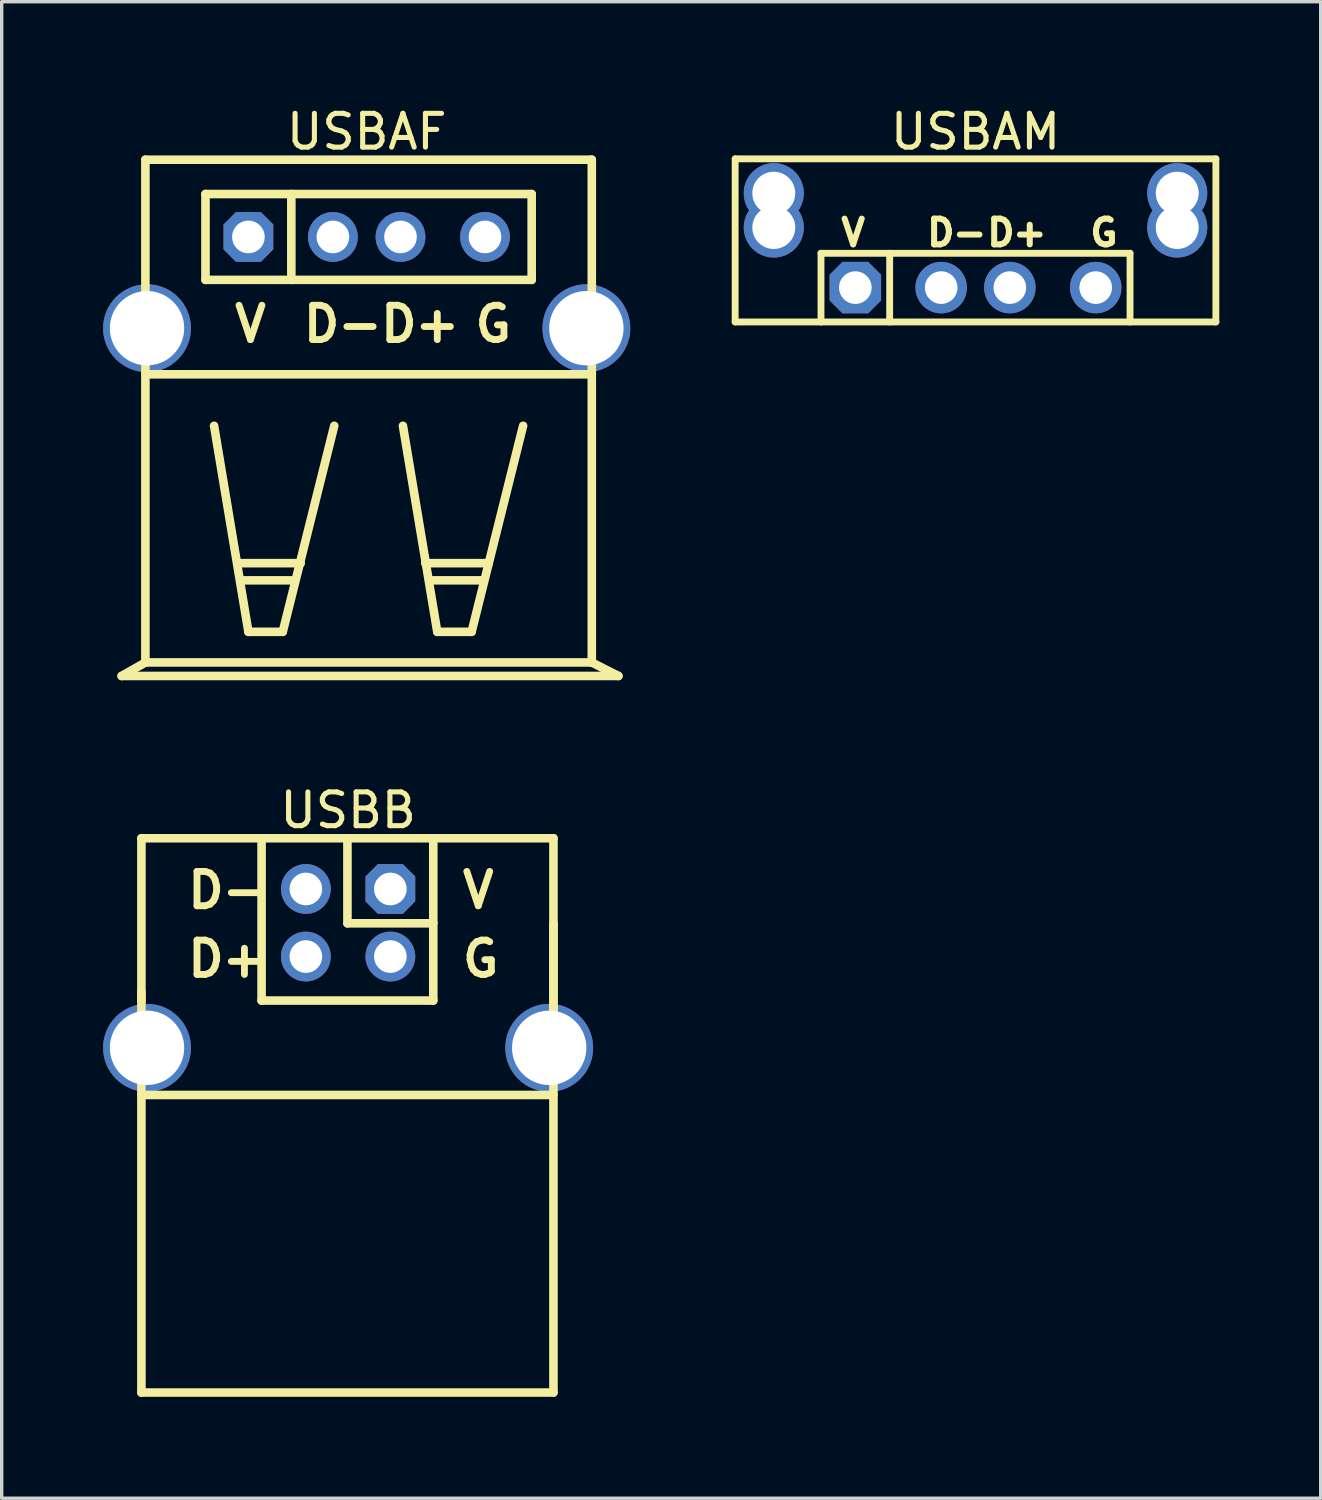
<source format=kicad_pcb>
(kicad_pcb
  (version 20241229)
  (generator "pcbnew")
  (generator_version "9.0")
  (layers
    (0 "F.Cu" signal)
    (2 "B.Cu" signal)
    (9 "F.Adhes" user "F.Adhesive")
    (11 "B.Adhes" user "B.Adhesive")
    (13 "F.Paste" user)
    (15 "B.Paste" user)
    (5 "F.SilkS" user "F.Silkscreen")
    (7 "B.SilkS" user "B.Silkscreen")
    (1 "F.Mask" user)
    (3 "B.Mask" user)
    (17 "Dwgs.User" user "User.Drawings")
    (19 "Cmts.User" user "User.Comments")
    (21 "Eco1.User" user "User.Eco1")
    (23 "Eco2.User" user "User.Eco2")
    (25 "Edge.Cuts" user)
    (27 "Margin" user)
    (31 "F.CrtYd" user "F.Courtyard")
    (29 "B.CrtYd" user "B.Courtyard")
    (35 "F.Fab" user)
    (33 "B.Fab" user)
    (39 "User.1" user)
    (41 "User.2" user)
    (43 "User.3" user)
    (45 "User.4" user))
  (footprint "USBB"
    (layer "F.Cu")
    (at 8.5 23.253)
    (property "Reference" "USBB" (at -1.25 -2.327 0) (layer "F.SilkS") (effects (font (size 1 1) (thickness 0.15))))
    (fp_line (start -7.366 -1.5) (end 4.826 -1.5) (stroke (width 0.254) (type solid)) (layer "F.SilkS"))
    (fp_line (start -7.366 3.302) (end -7.366 -1.5) (stroke (width 0.254) (type solid)) (layer "F.SilkS"))
    (fp_line (start -7.366 6.096) (end 4.826 6.096) (stroke (width 0.254) (type solid)) (layer "F.SilkS"))
    (fp_line (start -7.366 14.9) (end -7.366 3.048) (stroke (width 0.254) (type solid)) (layer "F.SilkS"))
    (fp_line (start -7.366 14.9) (end 4.826 14.9) (stroke (width 0.254) (type solid)) (layer "F.SilkS"))
    (fp_line (start -3.81 3.302) (end -3.81 -1.5) (stroke (width 0.254) (type solid)) (layer "F.SilkS"))
    (fp_line (start -3.81 3.302) (end 1.27 3.302) (stroke (width 0.254) (type solid)) (layer "F.SilkS"))
    (fp_line (start -1.27 1.016) (end -1.27 -1.5) (stroke (width 0.254) (type solid)) (layer "F.SilkS"))
    (fp_line (start -1.27 1.016) (end 1.27 1.016) (stroke (width 0.254) (type solid)) (layer "F.SilkS"))
    (fp_line (start 1.27 3.302) (end 1.27 -1.5) (stroke (width 0.254) (type solid)) (layer "F.SilkS"))
    (fp_line (start 4.826 3.58) (end 4.826 -1.5) (stroke (width 0.254) (type solid)) (layer "F.SilkS"))
    (fp_line (start 4.826 14.9) (end 4.826 1.016) (stroke (width 0.254) (type solid)) (layer "F.SilkS"))
    (fp_text user "D+" (at -6.096 2.664 0) (unlocked yes) (layer "F.SilkS") (effects (font (size 1.016 1.016) (thickness 0.203)) (justify left bottom)))
    (fp_text user "G" (at 2.032 2.664 0) (unlocked yes) (layer "F.SilkS") (effects (font (size 1.016 1.016) (thickness 0.203)) (justify left bottom)))
    (fp_text user "V" (at 2.032 0.632 0) (unlocked yes) (layer "F.SilkS") (effects (font (size 1.016 1.016) (thickness 0.203)) (justify left bottom)))
    (fp_text user "D-" (at -6.096 0.632 0) (unlocked yes) (layer "F.SilkS") (effects (font (size 1.016 1.016) (thickness 0.203)) (justify left bottom)))
    (pad "0" thru_hole circle (at -7.2 4.7) (size 2.6 2.6) (drill 2.2) (layers "*.Cu" "*.Mask"))
    (pad "0" thru_hole circle (at 4.7 4.7) (size 2.6 2.6) (drill 2.2) (layers "*.Cu" "*.Mask"))
    (pad "1" thru_hole roundrect (at 0 0) (size 1.473 1.473) (drill 0.965) (layers "*.Cu" "*.Mask") (roundrect_rratio 0.25) (chamfer_ratio 0.25) (chamfer top_left top_right bottom_left bottom_right))
    (pad "2" thru_hole circle (at -2.5 0) (size 1.473 1.473) (drill 0.965) (layers "*.Cu" "*.Mask"))
    (pad "3" thru_hole circle (at -2.5 2) (size 1.473 1.473) (drill 0.965) (layers "*.Cu" "*.Mask"))
    (pad "4" thru_hole circle (at 0 2) (size 1.473 1.473) (drill 0.965) (layers "*.Cu" "*.Mask")))
  (footprint "USBAM"
    (layer "F.Cu")
    (at 22.258 5.46)
    (property "Reference" "USBAM" (at 3.556 -4.612 0) (layer "F.SilkS") (effects (font (size 1 1) (thickness 0.15))))
    (fp_line (start -3.556 -3.81) (end 10.668 -3.81) (stroke (width 0.203) (type solid)) (layer "F.SilkS"))
    (fp_line (start -3.556 1.016) (end -3.556 -3.81) (stroke (width 0.203) (type solid)) (layer "F.SilkS"))
    (fp_line (start -3.556 1.016) (end 10.668 1.016) (stroke (width 0.203) (type solid)) (layer "F.SilkS"))
    (fp_line (start -1.016 -1.016) (end 8.128 -1.016) (stroke (width 0.203) (type solid)) (layer "F.SilkS"))
    (fp_line (start -1.016 1.016) (end -1.016 -1.016) (stroke (width 0.203) (type solid)) (layer "F.SilkS"))
    (fp_line (start 1.016 1.016) (end 1.016 -1.016) (stroke (width 0.203) (type solid)) (layer "F.SilkS"))
    (fp_line (start 8.128 1.016) (end 8.128 -1.016) (stroke (width 0.203) (type solid)) (layer "F.SilkS"))
    (fp_line (start 10.668 1.016) (end 10.668 -3.81) (stroke (width 0.203) (type solid)) (layer "F.SilkS"))
    (fp_circle (center 1.27 -2.413) (end 1.27 -3.175) (stroke (width 0.254) (type solid)) (fill no) (layer "User.1"))
    (fp_circle (center 5.842 -2.413) (end 5.842 -3.175) (stroke (width 0.254) (type solid)) (fill no) (layer "User.1"))
    (fp_text user "D+" (at 3.81 -1.177 0) (unlocked yes) (layer "F.SilkS") (effects (font (size 0.762 0.762) (thickness 0.178)) (justify left bottom)))
    (fp_text user "D-" (at 2.032 -1.177 0) (unlocked yes) (layer "F.SilkS") (effects (font (size 0.762 0.762) (thickness 0.178)) (justify left bottom)))
    (fp_text user "G" (at 6.858 -1.177 0) (unlocked yes) (layer "F.SilkS") (effects (font (size 0.762 0.762) (thickness 0.178)) (justify left bottom)))
    (fp_text user "V" (at -0.508 -1.177 0) (unlocked yes) (layer "F.SilkS") (effects (font (size 0.762 0.762) (thickness 0.178)) (justify left bottom)))
    (pad "0" thru_hole circle (at -2.413 -2.794) (size 1.778 1.778) (drill 1.27) (layers "*.Cu" "*.Mask"))
    (pad "0" thru_hole circle (at -2.413 -1.778) (size 1.778 1.778) (drill 1.27) (layers "*.Cu" "*.Mask"))
    (pad "0" thru_hole circle (at 9.525 -2.794) (size 1.778 1.778) (drill 1.27) (layers "*.Cu" "*.Mask"))
    (pad "0" thru_hole circle (at 9.525 -1.778) (size 1.778 1.778) (drill 1.27) (layers "*.Cu" "*.Mask"))
    (pad "1" thru_hole roundrect (at 0 0) (size 1.524 1.524) (drill 0.965) (layers "*.Cu" "*.Mask") (roundrect_rratio 0.25) (chamfer_ratio 0.25) (chamfer top_left top_right bottom_left bottom_right))
    (pad "2" thru_hole circle (at 2.54 0) (size 1.524 1.524) (drill 0.965) (layers "*.Cu" "*.Mask"))
    (pad "3" thru_hole circle (at 4.572 0) (size 1.524 1.524) (drill 0.965) (layers "*.Cu" "*.Mask"))
    (pad "4" thru_hole circle (at 7.112 0) (size 1.524 1.524) (drill 0.965) (layers "*.Cu" "*.Mask"))
    (zone (net_name "") (layers "F.Cu" "B.Cu") (hatch edge 0.5) (connect_pads) (min_thickness 0.25) (filled_areas_thickness no) (keepout (tracks not_allowed) (vias not_allowed) (pads not_allowed) (copperpour not_allowed) (footprints allowed)) (placement (enabled no)) (fill) (polygon (pts (xy 23.786 2.196) (xy 23.947 2.263) (xy 24.092 2.36) (xy 24.215 2.483) (xy 24.312 2.628) (xy 24.378 2.789) (xy 24.412 2.96) (xy 24.412 3.134) (xy 24.378 3.305) (xy 24.312 3.466) (xy 24.215 3.611) (xy 24.092 3.734) (xy 23.947 3.831) (xy 23.786 3.898) (xy 23.615 3.932) (xy 23.44 3.932) (xy 23.27 3.898) (xy 23.109 3.831) (xy 22.964 3.734) (xy 22.84 3.611) (xy 22.744 3.466) (xy 22.677 3.305) (xy 22.643 3.134) (xy 22.643 2.984) (xy 22.893 2.984) (xy 22.893 3.109) (xy 22.917 3.232) (xy 22.965 3.348) (xy 23.034 3.452) (xy 23.123 3.54) (xy 23.227 3.61) (xy 23.342 3.657) (xy 23.465 3.682) (xy 23.59 3.682) (xy 23.713 3.657) (xy 23.828 3.61) (xy 23.932 3.54) (xy 24.021 3.452) (xy 24.09 3.348) (xy 24.138 3.232) (xy 24.163 3.109) (xy 24.163 2.984) (xy 24.138 2.862) (xy 24.09 2.746) (xy 24.021 2.642) (xy 23.932 2.554) (xy 23.828 2.484) (xy 23.713 2.436) (xy 23.59 2.412) (xy 23.465 2.412) (xy 23.342 2.436) (xy 23.227 2.484) (xy 23.123 2.554) (xy 23.034 2.642) (xy 22.965 2.746) (xy 22.917 2.862) (xy 22.893 2.984) (xy 22.643 2.984) (xy 22.643 2.96) (xy 22.677 2.789) (xy 22.744 2.628) (xy 22.84 2.483) (xy 22.964 2.36) (xy 23.109 2.263) (xy 23.27 2.196) (xy 23.44 2.162) (xy 23.615 2.162))))
    (zone (net_name "") (layers "F.Cu" "B.Cu") (hatch edge 0.5) (connect_pads) (min_thickness 0.25) (filled_areas_thickness no) (keepout (tracks not_allowed) (vias not_allowed) (pads not_allowed) (copperpour not_allowed) (footprints allowed)) (placement (enabled no)) (fill) (polygon (pts (xy 28.358 2.196) (xy 28.519 2.263) (xy 28.664 2.36) (xy 28.787 2.483) (xy 28.884 2.628) (xy 28.95 2.789) (xy 28.984 2.96) (xy 28.984 3.134) (xy 28.95 3.305) (xy 28.884 3.466) (xy 28.787 3.611) (xy 28.664 3.734) (xy 28.519 3.831) (xy 28.358 3.898) (xy 28.187 3.932) (xy 28.012 3.932) (xy 27.842 3.898) (xy 27.681 3.831) (xy 27.536 3.734) (xy 27.412 3.611) (xy 27.316 3.466) (xy 27.249 3.305) (xy 27.215 3.134) (xy 27.215 2.984) (xy 27.465 2.984) (xy 27.465 3.109) (xy 27.489 3.232) (xy 27.537 3.348) (xy 27.606 3.452) (xy 27.695 3.54) (xy 27.799 3.61) (xy 27.914 3.657) (xy 28.037 3.682) (xy 28.162 3.682) (xy 28.285 3.657) (xy 28.4 3.61) (xy 28.504 3.54) (xy 28.593 3.452) (xy 28.662 3.348) (xy 28.71 3.232) (xy 28.735 3.109) (xy 28.735 2.984) (xy 28.71 2.862) (xy 28.662 2.746) (xy 28.593 2.642) (xy 28.504 2.554) (xy 28.4 2.484) (xy 28.285 2.436) (xy 28.162 2.412) (xy 28.037 2.412) (xy 27.914 2.436) (xy 27.799 2.484) (xy 27.695 2.554) (xy 27.606 2.642) (xy 27.537 2.746) (xy 27.489 2.862) (xy 27.465 2.984) (xy 27.215 2.984) (xy 27.215 2.96) (xy 27.249 2.789) (xy 27.316 2.628) (xy 27.412 2.483) (xy 27.536 2.36) (xy 27.681 2.263) (xy 27.842 2.196) (xy 28.012 2.162) (xy 28.187 2.162)))))
  (footprint "USBAF"
    (layer "F.Cu")
    (at 4.3 3.961)
    (property "Reference" "USBAF" (at 3.5 -3.113 0) (layer "F.SilkS") (effects (font (size 1 1) (thickness 0.15))))
    (fp_line (start -3.752 12.99) (end -3.048 12.59) (stroke (width 0.254) (type solid)) (layer "F.SilkS"))
    (fp_line (start -3.752 12.99) (end 10.948 12.99) (stroke (width 0.254) (type solid)) (layer "F.SilkS"))
    (fp_line (start -3.048 -2.286) (end 10.16 -2.286) (stroke (width 0.254) (type solid)) (layer "F.SilkS"))
    (fp_line (start -3.048 4.064) (end 10.16 4.064) (stroke (width 0.254) (type solid)) (layer "F.SilkS"))
    (fp_line (start -3.048 12.59) (end -3.048 -2.286) (stroke (width 0.254) (type solid)) (layer "F.SilkS"))
    (fp_line (start -3.048 12.59) (end 10.16 12.59) (stroke (width 0.254) (type solid)) (layer "F.SilkS"))
    (fp_line (start -1.27 -1.27) (end 8.382 -1.27) (stroke (width 0.254) (type solid)) (layer "F.SilkS"))
    (fp_line (start -1.27 1.27) (end -1.27 -1.27) (stroke (width 0.254) (type solid)) (layer "F.SilkS"))
    (fp_line (start -1.27 1.27) (end 8.382 1.27) (stroke (width 0.254) (type solid)) (layer "F.SilkS"))
    (fp_line (start -1.016 5.588) (end 0 11.684) (stroke (width 0.254) (type solid)) (layer "F.SilkS"))
    (fp_line (start -0.33 9.652) (end 1.549 9.652) (stroke (width 0.254) (type solid)) (layer "F.SilkS"))
    (fp_line (start -0.203 10.16) (end 1.321 10.16) (stroke (width 0.254) (type solid)) (layer "F.SilkS"))
    (fp_line (start 0 11.684) (end 1.016 11.684) (stroke (width 0.254) (type solid)) (layer "F.SilkS"))
    (fp_line (start 1.016 11.684) (end 2.54 5.588) (stroke (width 0.254) (type solid)) (layer "F.SilkS"))
    (fp_line (start 1.27 1.27) (end 1.27 -1.27) (stroke (width 0.254) (type solid)) (layer "F.SilkS"))
    (fp_line (start 4.572 5.588) (end 5.588 11.684) (stroke (width 0.254) (type solid)) (layer "F.SilkS"))
    (fp_line (start 5.232 9.652) (end 7.112 9.652) (stroke (width 0.254) (type solid)) (layer "F.SilkS"))
    (fp_line (start 5.359 10.16) (end 6.883 10.16) (stroke (width 0.254) (type solid)) (layer "F.SilkS"))
    (fp_line (start 5.588 11.684) (end 6.604 11.684) (stroke (width 0.254) (type solid)) (layer "F.SilkS"))
    (fp_line (start 6.604 11.684) (end 8.128 5.588) (stroke (width 0.254) (type solid)) (layer "F.SilkS"))
    (fp_line (start 8.382 1.27) (end 8.382 -1.27) (stroke (width 0.254) (type solid)) (layer "F.SilkS"))
    (fp_line (start 10.16 12.59) (end 10.16 -2.286) (stroke (width 0.254) (type solid)) (layer "F.SilkS"))
    (fp_line (start 10.16 12.59) (end 10.948 12.99) (stroke (width 0.254) (type solid)) (layer "F.SilkS"))
    (fp_text user "D-" (at 1.524 3.172 0) (unlocked yes) (layer "F.SilkS") (effects (font (size 1.016 1.016) (thickness 0.203)) (justify left bottom)))
    (fp_text user "V" (at -0.508 3.172 0) (unlocked yes) (layer "F.SilkS") (effects (font (size 1.016 1.016) (thickness 0.203)) (justify left bottom)))
    (fp_text user "G" (at 6.604 3.172 0) (unlocked yes) (layer "F.SilkS") (effects (font (size 1.016 1.016) (thickness 0.203)) (justify left bottom)))
    (fp_text user "D+" (at 3.81 3.172 0) (unlocked yes) (layer "F.SilkS") (effects (font (size 1.016 1.016) (thickness 0.203)) (justify left bottom)))
    (pad "0" thru_hole circle (at -3 2.7) (size 2.6 2.6) (drill 2.2) (layers "*.Cu" "*.Mask"))
    (pad "0" thru_hole circle (at 10 2.7) (size 2.6 2.6) (drill 2.2) (layers "*.Cu" "*.Mask"))
    (pad "1" thru_hole roundrect (at 0 0) (size 1.473 1.473) (drill 0.965) (layers "*.Cu" "*.Mask") (roundrect_rratio 0.25) (chamfer_ratio 0.25) (chamfer top_left top_right bottom_left bottom_right))
    (pad "2" thru_hole circle (at 2.5 0) (size 1.473 1.473) (drill 0.965) (layers "*.Cu" "*.Mask"))
    (pad "3" thru_hole circle (at 4.5 0) (size 1.473 1.473) (drill 0.965) (layers "*.Cu" "*.Mask"))
    (pad "4" thru_hole circle (at 7 0) (size 1.473 1.473) (drill 0.965) (layers "*.Cu" "*.Mask")))
  (gr_rect
    (start -3 -3)
    (end 36.027 41.28)
    (stroke (width 0.1) (type default))
    (fill no)
    (layer "Edge.Cuts")))
</source>
